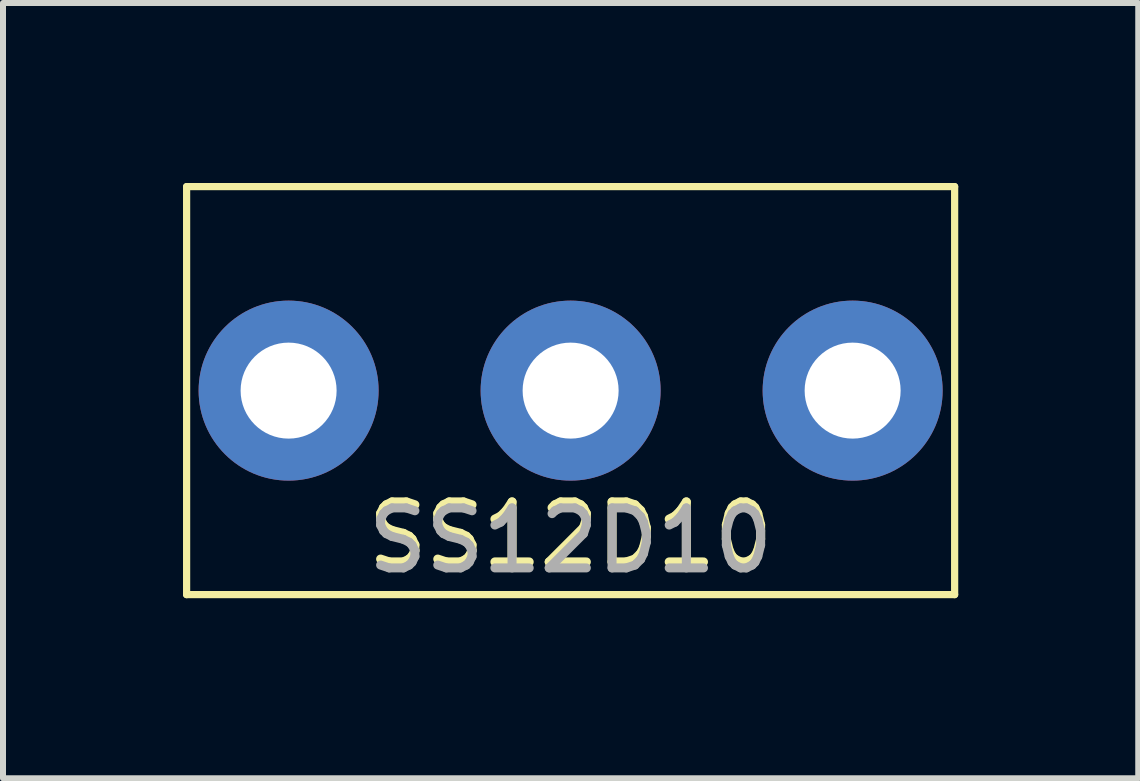
<source format=kicad_pcb>
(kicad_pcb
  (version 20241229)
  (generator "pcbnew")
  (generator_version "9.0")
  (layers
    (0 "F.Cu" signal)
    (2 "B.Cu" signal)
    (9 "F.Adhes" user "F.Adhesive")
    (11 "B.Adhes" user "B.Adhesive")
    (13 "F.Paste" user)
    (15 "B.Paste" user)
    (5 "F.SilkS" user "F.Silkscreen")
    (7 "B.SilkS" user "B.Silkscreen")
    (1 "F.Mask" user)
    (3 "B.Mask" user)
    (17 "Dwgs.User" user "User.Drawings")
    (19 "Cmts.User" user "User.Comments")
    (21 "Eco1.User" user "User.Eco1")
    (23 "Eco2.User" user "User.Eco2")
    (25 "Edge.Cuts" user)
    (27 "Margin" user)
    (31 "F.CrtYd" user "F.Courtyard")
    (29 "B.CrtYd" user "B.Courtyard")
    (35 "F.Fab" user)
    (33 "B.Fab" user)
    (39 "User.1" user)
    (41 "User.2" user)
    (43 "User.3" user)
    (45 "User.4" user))
  (footprint "SS12D10"
    (layer "F.Cu")
    (at 6.46 3.46)
    (property "Reference" "SS12D10" (at 0 2.4 0) (unlocked yes) (layer "F.SilkS") (effects (font (size 1 1) (thickness 0.15))))
    (attr smd)
    (fp_line (start -6.4 -3.4) (end -6.4 3.4) (stroke (width 0.12) (type solid)) (layer "F.SilkS"))
    (fp_line (start -6.4 3.4) (end 6.4 3.4) (stroke (width 0.12) (type solid)) (layer "F.SilkS"))
    (fp_line (start 6.4 -3.4) (end -6.4 -3.4) (stroke (width 0.12) (type solid)) (layer "F.SilkS"))
    (fp_line (start 6.4 3.4) (end 6.4 -3.4) (stroke (width 0.12) (type solid)) (layer "F.SilkS"))
    (fp_text user "${REFERENCE}" (at 0 2.5 0) (unlocked yes) (layer "F.Fab") (effects (font (size 1 1) (thickness 0.15))))
    (pad "1" thru_hole circle (at -4.7 0) (size 3 3) (drill 1.6) (layers "*.Cu" "*.Mask"))
    (pad "2" thru_hole circle (at 0 0) (size 3 3) (drill 1.6) (layers "*.Cu" "*.Mask"))
    (pad "3" thru_hole circle (at 4.7 0) (size 3 3) (drill 1.6) (layers "*.Cu" "*.Mask")))
  (gr_rect
    (start -3 -3)
    (end 15.92 9.92)
    (stroke (width 0.1) (type default))
    (fill no)
    (layer "Edge.Cuts")))
</source>
